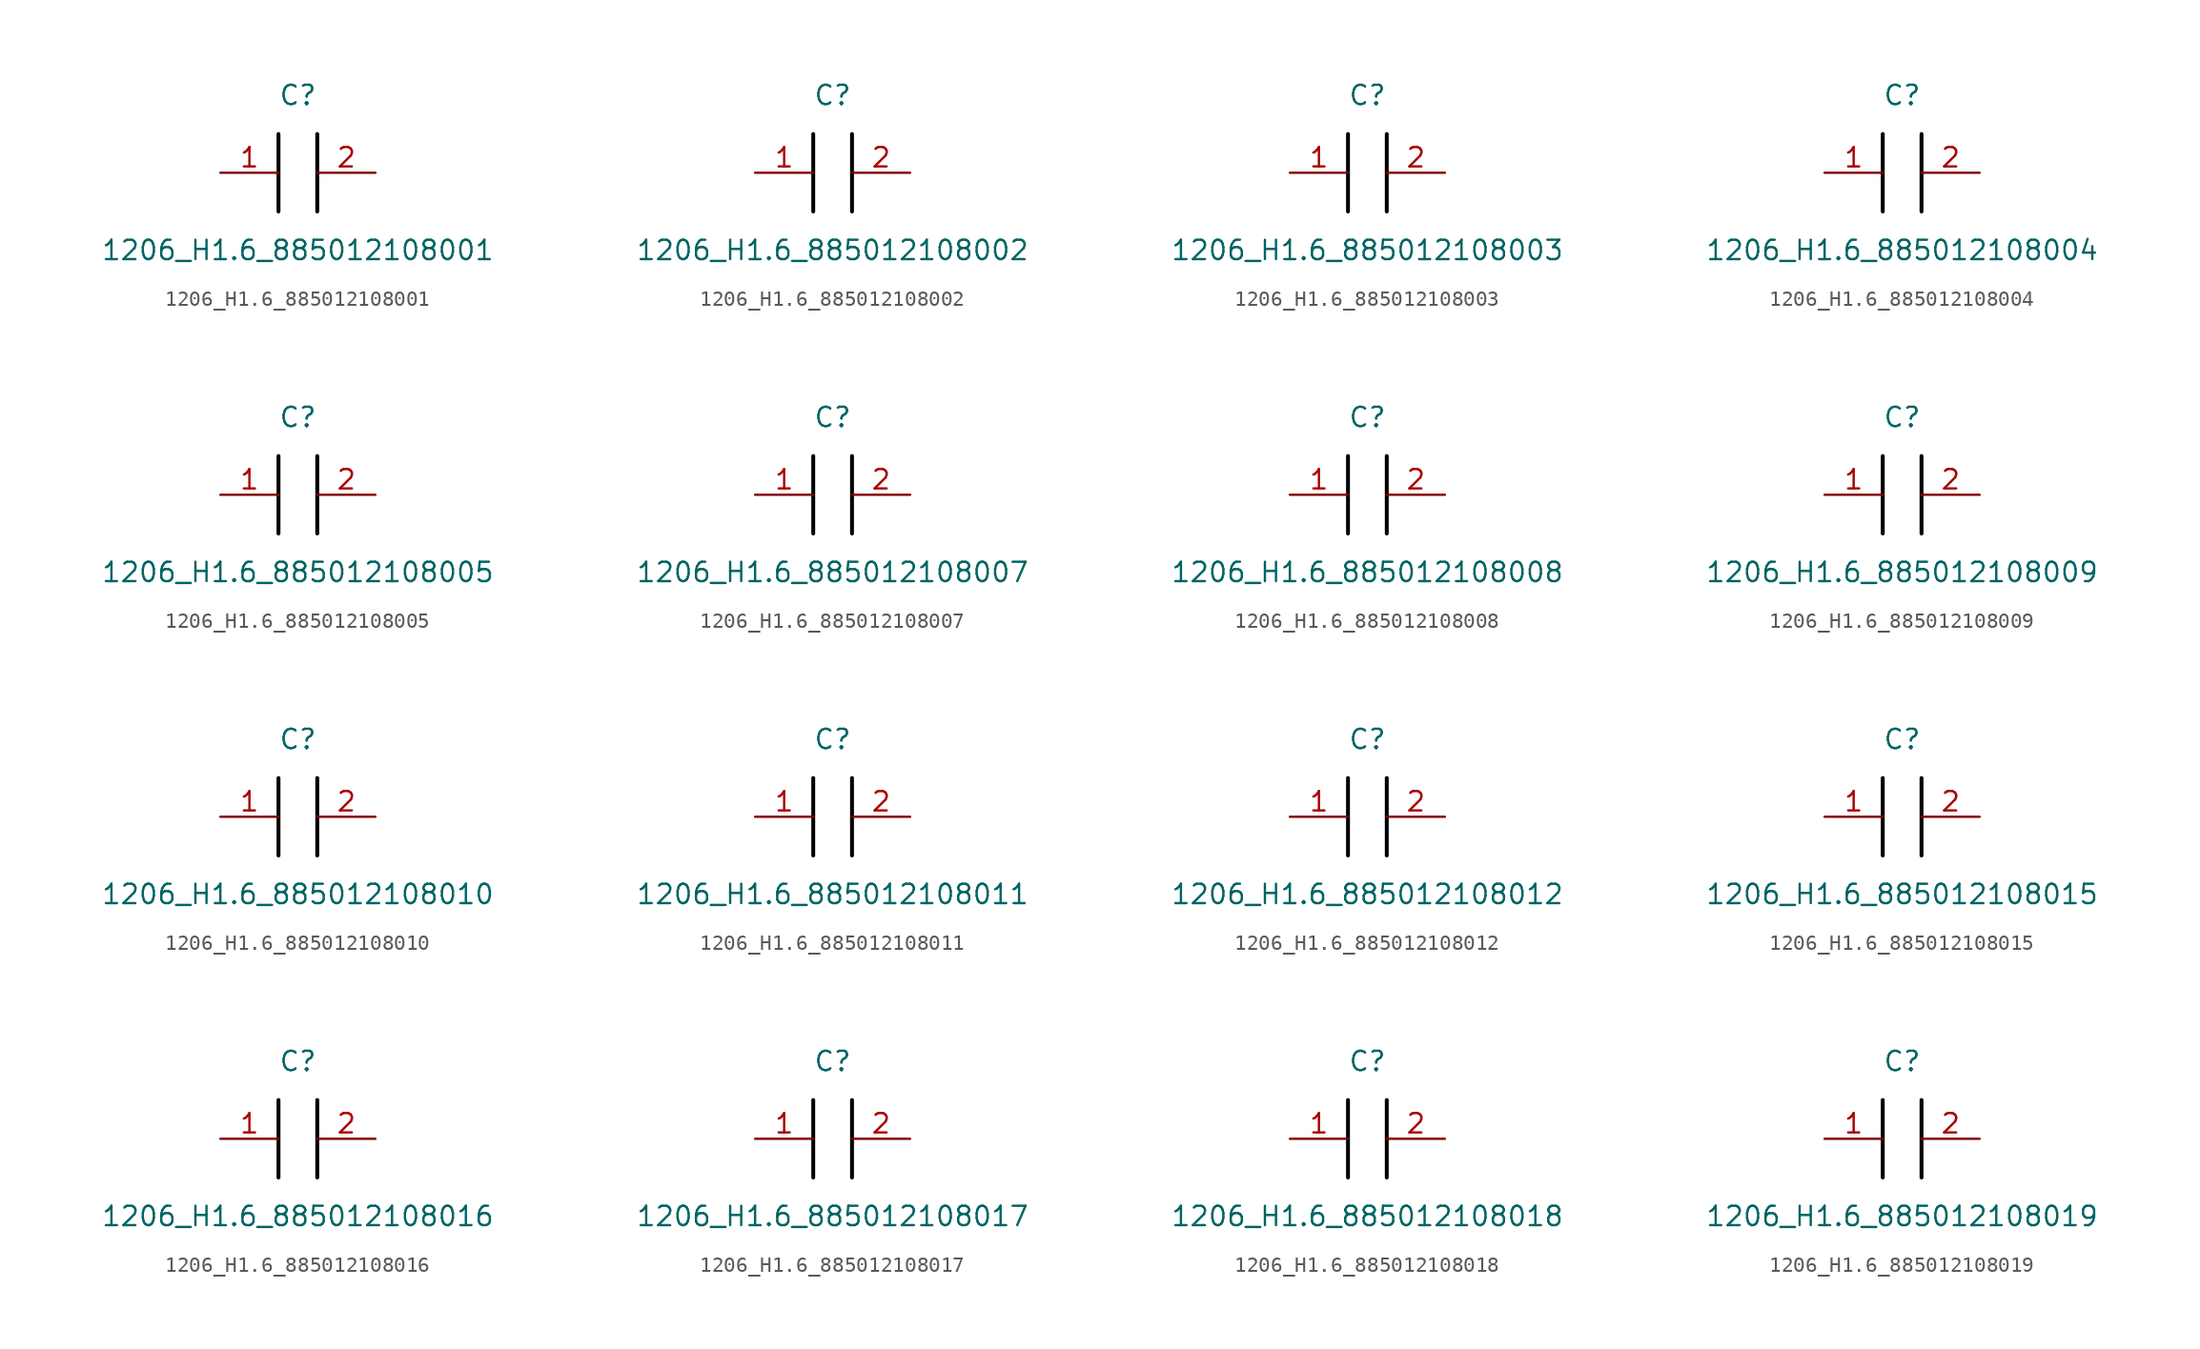
<source format=kicad_sym>
(kicad_symbol_lib
  (version 20220914)
  (generator kicad_symbol_editor)
  (symbol "1206_H1.6_885012108001"
    (pin_names hide)
    (property "Reference" "C"
      (at 0 5.08 0)
      (effects (font (size 1.27 1.27))))
    (property "Value" "1206_H1.6_885012108001"
      (at 0 -5.08 0)
      (effects (font (size 1.27 1.27))))
    (symbol "1206_H1.6_885012108001_1_1"
      (polyline (pts (xy -1.27 2.54) (xy -1.27 -2.54)) (stroke (width 0.254) (type default) (color 0 0 0 1)) (fill (type none)))
      (polyline (pts (xy 1.27 2.54) (xy 1.27 -2.54)) (stroke (width 0.254) (type default) (color 0 0 0 1)) (fill (type none)))
      (pin passive line (at -5.08 0 0) (length 3.81) (name "1" (effects (font (size 1.27 1.27)))) (number "1" (effects (font (size 1.27 1.27)))))
      (pin passive line (at 5.08 0 180) (length 3.81) (name "2" (effects (font (size 1.27 1.27)))) (number "2" (effects (font (size 1.27 1.27)))))))
  (symbol "1206_H1.6_885012108002"
    (pin_names hide)
    (property "Reference" "C"
      (at 0 5.08 0)
      (effects (font (size 1.27 1.27))))
    (property "Value" "1206_H1.6_885012108002"
      (at 0 -5.08 0)
      (effects (font (size 1.27 1.27))))
    (symbol "1206_H1.6_885012108002_1_1"
      (polyline (pts (xy -1.27 2.54) (xy -1.27 -2.54)) (stroke (width 0.254) (type default) (color 0 0 0 1)) (fill (type none)))
      (polyline (pts (xy 1.27 2.54) (xy 1.27 -2.54)) (stroke (width 0.254) (type default) (color 0 0 0 1)) (fill (type none)))
      (pin passive line (at -5.08 0 0) (length 3.81) (name "1" (effects (font (size 1.27 1.27)))) (number "1" (effects (font (size 1.27 1.27)))))
      (pin passive line (at 5.08 0 180) (length 3.81) (name "2" (effects (font (size 1.27 1.27)))) (number "2" (effects (font (size 1.27 1.27)))))))
  (symbol "1206_H1.6_885012108003"
    (pin_names hide)
    (property "Reference" "C"
      (at 0 5.08 0)
      (effects (font (size 1.27 1.27))))
    (property "Value" "1206_H1.6_885012108003"
      (at 0 -5.08 0)
      (effects (font (size 1.27 1.27))))
    (symbol "1206_H1.6_885012108003_1_1"
      (polyline (pts (xy -1.27 2.54) (xy -1.27 -2.54)) (stroke (width 0.254) (type default) (color 0 0 0 1)) (fill (type none)))
      (polyline (pts (xy 1.27 2.54) (xy 1.27 -2.54)) (stroke (width 0.254) (type default) (color 0 0 0 1)) (fill (type none)))
      (pin passive line (at -5.08 0 0) (length 3.81) (name "1" (effects (font (size 1.27 1.27)))) (number "1" (effects (font (size 1.27 1.27)))))
      (pin passive line (at 5.08 0 180) (length 3.81) (name "2" (effects (font (size 1.27 1.27)))) (number "2" (effects (font (size 1.27 1.27)))))))
  (symbol "1206_H1.6_885012108004"
    (pin_names hide)
    (property "Reference" "C"
      (at 0 5.08 0)
      (effects (font (size 1.27 1.27))))
    (property "Value" "1206_H1.6_885012108004"
      (at 0 -5.08 0)
      (effects (font (size 1.27 1.27))))
    (symbol "1206_H1.6_885012108004_1_1"
      (polyline (pts (xy -1.27 2.54) (xy -1.27 -2.54)) (stroke (width 0.254) (type default) (color 0 0 0 1)) (fill (type none)))
      (polyline (pts (xy 1.27 2.54) (xy 1.27 -2.54)) (stroke (width 0.254) (type default) (color 0 0 0 1)) (fill (type none)))
      (pin passive line (at -5.08 0 0) (length 3.81) (name "1" (effects (font (size 1.27 1.27)))) (number "1" (effects (font (size 1.27 1.27)))))
      (pin passive line (at 5.08 0 180) (length 3.81) (name "2" (effects (font (size 1.27 1.27)))) (number "2" (effects (font (size 1.27 1.27)))))))
  (symbol "1206_H1.6_885012108005"
    (pin_names hide)
    (property "Reference" "C"
      (at 0 5.08 0)
      (effects (font (size 1.27 1.27))))
    (property "Value" "1206_H1.6_885012108005"
      (at 0 -5.08 0)
      (effects (font (size 1.27 1.27))))
    (symbol "1206_H1.6_885012108005_1_1"
      (polyline (pts (xy -1.27 2.54) (xy -1.27 -2.54)) (stroke (width 0.254) (type default) (color 0 0 0 1)) (fill (type none)))
      (polyline (pts (xy 1.27 2.54) (xy 1.27 -2.54)) (stroke (width 0.254) (type default) (color 0 0 0 1)) (fill (type none)))
      (pin passive line (at -5.08 0 0) (length 3.81) (name "1" (effects (font (size 1.27 1.27)))) (number "1" (effects (font (size 1.27 1.27)))))
      (pin passive line (at 5.08 0 180) (length 3.81) (name "2" (effects (font (size 1.27 1.27)))) (number "2" (effects (font (size 1.27 1.27)))))))
  (symbol "1206_H1.6_885012108007"
    (pin_names hide)
    (property "Reference" "C"
      (at 0 5.08 0)
      (effects (font (size 1.27 1.27))))
    (property "Value" "1206_H1.6_885012108007"
      (at 0 -5.08 0)
      (effects (font (size 1.27 1.27))))
    (symbol "1206_H1.6_885012108007_1_1"
      (polyline (pts (xy -1.27 2.54) (xy -1.27 -2.54)) (stroke (width 0.254) (type default) (color 0 0 0 1)) (fill (type none)))
      (polyline (pts (xy 1.27 2.54) (xy 1.27 -2.54)) (stroke (width 0.254) (type default) (color 0 0 0 1)) (fill (type none)))
      (pin passive line (at -5.08 0 0) (length 3.81) (name "1" (effects (font (size 1.27 1.27)))) (number "1" (effects (font (size 1.27 1.27)))))
      (pin passive line (at 5.08 0 180) (length 3.81) (name "2" (effects (font (size 1.27 1.27)))) (number "2" (effects (font (size 1.27 1.27)))))))
  (symbol "1206_H1.6_885012108008"
    (pin_names hide)
    (property "Reference" "C"
      (at 0 5.08 0)
      (effects (font (size 1.27 1.27))))
    (property "Value" "1206_H1.6_885012108008"
      (at 0 -5.08 0)
      (effects (font (size 1.27 1.27))))
    (symbol "1206_H1.6_885012108008_1_1"
      (polyline (pts (xy -1.27 2.54) (xy -1.27 -2.54)) (stroke (width 0.254) (type default) (color 0 0 0 1)) (fill (type none)))
      (polyline (pts (xy 1.27 2.54) (xy 1.27 -2.54)) (stroke (width 0.254) (type default) (color 0 0 0 1)) (fill (type none)))
      (pin passive line (at -5.08 0 0) (length 3.81) (name "1" (effects (font (size 1.27 1.27)))) (number "1" (effects (font (size 1.27 1.27)))))
      (pin passive line (at 5.08 0 180) (length 3.81) (name "2" (effects (font (size 1.27 1.27)))) (number "2" (effects (font (size 1.27 1.27)))))))
  (symbol "1206_H1.6_885012108009"
    (pin_names hide)
    (property "Reference" "C"
      (at 0 5.08 0)
      (effects (font (size 1.27 1.27))))
    (property "Value" "1206_H1.6_885012108009"
      (at 0 -5.08 0)
      (effects (font (size 1.27 1.27))))
    (symbol "1206_H1.6_885012108009_1_1"
      (polyline (pts (xy -1.27 2.54) (xy -1.27 -2.54)) (stroke (width 0.254) (type default) (color 0 0 0 1)) (fill (type none)))
      (polyline (pts (xy 1.27 2.54) (xy 1.27 -2.54)) (stroke (width 0.254) (type default) (color 0 0 0 1)) (fill (type none)))
      (pin passive line (at -5.08 0 0) (length 3.81) (name "1" (effects (font (size 1.27 1.27)))) (number "1" (effects (font (size 1.27 1.27)))))
      (pin passive line (at 5.08 0 180) (length 3.81) (name "2" (effects (font (size 1.27 1.27)))) (number "2" (effects (font (size 1.27 1.27)))))))
  (symbol "1206_H1.6_885012108010"
    (pin_names hide)
    (property "Reference" "C"
      (at 0 5.08 0)
      (effects (font (size 1.27 1.27))))
    (property "Value" "1206_H1.6_885012108010"
      (at 0 -5.08 0)
      (effects (font (size 1.27 1.27))))
    (symbol "1206_H1.6_885012108010_1_1"
      (polyline (pts (xy -1.27 2.54) (xy -1.27 -2.54)) (stroke (width 0.254) (type default) (color 0 0 0 1)) (fill (type none)))
      (polyline (pts (xy 1.27 2.54) (xy 1.27 -2.54)) (stroke (width 0.254) (type default) (color 0 0 0 1)) (fill (type none)))
      (pin passive line (at -5.08 0 0) (length 3.81) (name "1" (effects (font (size 1.27 1.27)))) (number "1" (effects (font (size 1.27 1.27)))))
      (pin passive line (at 5.08 0 180) (length 3.81) (name "2" (effects (font (size 1.27 1.27)))) (number "2" (effects (font (size 1.27 1.27)))))))
  (symbol "1206_H1.6_885012108011"
    (pin_names hide)
    (property "Reference" "C"
      (at 0 5.08 0)
      (effects (font (size 1.27 1.27))))
    (property "Value" "1206_H1.6_885012108011"
      (at 0 -5.08 0)
      (effects (font (size 1.27 1.27))))
    (symbol "1206_H1.6_885012108011_1_1"
      (polyline (pts (xy -1.27 2.54) (xy -1.27 -2.54)) (stroke (width 0.254) (type default) (color 0 0 0 1)) (fill (type none)))
      (polyline (pts (xy 1.27 2.54) (xy 1.27 -2.54)) (stroke (width 0.254) (type default) (color 0 0 0 1)) (fill (type none)))
      (pin passive line (at -5.08 0 0) (length 3.81) (name "1" (effects (font (size 1.27 1.27)))) (number "1" (effects (font (size 1.27 1.27)))))
      (pin passive line (at 5.08 0 180) (length 3.81) (name "2" (effects (font (size 1.27 1.27)))) (number "2" (effects (font (size 1.27 1.27)))))))
  (symbol "1206_H1.6_885012108012"
    (pin_names hide)
    (property "Reference" "C"
      (at 0 5.08 0)
      (effects (font (size 1.27 1.27))))
    (property "Value" "1206_H1.6_885012108012"
      (at 0 -5.08 0)
      (effects (font (size 1.27 1.27))))
    (symbol "1206_H1.6_885012108012_1_1"
      (polyline (pts (xy -1.27 2.54) (xy -1.27 -2.54)) (stroke (width 0.254) (type default) (color 0 0 0 1)) (fill (type none)))
      (polyline (pts (xy 1.27 2.54) (xy 1.27 -2.54)) (stroke (width 0.254) (type default) (color 0 0 0 1)) (fill (type none)))
      (pin passive line (at -5.08 0 0) (length 3.81) (name "1" (effects (font (size 1.27 1.27)))) (number "1" (effects (font (size 1.27 1.27)))))
      (pin passive line (at 5.08 0 180) (length 3.81) (name "2" (effects (font (size 1.27 1.27)))) (number "2" (effects (font (size 1.27 1.27)))))))
  (symbol "1206_H1.6_885012108015"
    (pin_names hide)
    (property "Reference" "C"
      (at 0 5.08 0)
      (effects (font (size 1.27 1.27))))
    (property "Value" "1206_H1.6_885012108015"
      (at 0 -5.08 0)
      (effects (font (size 1.27 1.27))))
    (symbol "1206_H1.6_885012108015_1_1"
      (polyline (pts (xy -1.27 2.54) (xy -1.27 -2.54)) (stroke (width 0.254) (type default) (color 0 0 0 1)) (fill (type none)))
      (polyline (pts (xy 1.27 2.54) (xy 1.27 -2.54)) (stroke (width 0.254) (type default) (color 0 0 0 1)) (fill (type none)))
      (pin passive line (at -5.08 0 0) (length 3.81) (name "1" (effects (font (size 1.27 1.27)))) (number "1" (effects (font (size 1.27 1.27)))))
      (pin passive line (at 5.08 0 180) (length 3.81) (name "2" (effects (font (size 1.27 1.27)))) (number "2" (effects (font (size 1.27 1.27)))))))
  (symbol "1206_H1.6_885012108016"
    (pin_names hide)
    (property "Reference" "C"
      (at 0 5.08 0)
      (effects (font (size 1.27 1.27))))
    (property "Value" "1206_H1.6_885012108016"
      (at 0 -5.08 0)
      (effects (font (size 1.27 1.27))))
    (symbol "1206_H1.6_885012108016_1_1"
      (polyline (pts (xy -1.27 2.54) (xy -1.27 -2.54)) (stroke (width 0.254) (type default) (color 0 0 0 1)) (fill (type none)))
      (polyline (pts (xy 1.27 2.54) (xy 1.27 -2.54)) (stroke (width 0.254) (type default) (color 0 0 0 1)) (fill (type none)))
      (pin passive line (at -5.08 0 0) (length 3.81) (name "1" (effects (font (size 1.27 1.27)))) (number "1" (effects (font (size 1.27 1.27)))))
      (pin passive line (at 5.08 0 180) (length 3.81) (name "2" (effects (font (size 1.27 1.27)))) (number "2" (effects (font (size 1.27 1.27)))))))
  (symbol "1206_H1.6_885012108017"
    (pin_names hide)
    (property "Reference" "C"
      (at 0 5.08 0)
      (effects (font (size 1.27 1.27))))
    (property "Value" "1206_H1.6_885012108017"
      (at 0 -5.08 0)
      (effects (font (size 1.27 1.27))))
    (symbol "1206_H1.6_885012108017_1_1"
      (polyline (pts (xy -1.27 2.54) (xy -1.27 -2.54)) (stroke (width 0.254) (type default) (color 0 0 0 1)) (fill (type none)))
      (polyline (pts (xy 1.27 2.54) (xy 1.27 -2.54)) (stroke (width 0.254) (type default) (color 0 0 0 1)) (fill (type none)))
      (pin passive line (at -5.08 0 0) (length 3.81) (name "1" (effects (font (size 1.27 1.27)))) (number "1" (effects (font (size 1.27 1.27)))))
      (pin passive line (at 5.08 0 180) (length 3.81) (name "2" (effects (font (size 1.27 1.27)))) (number "2" (effects (font (size 1.27 1.27)))))))
  (symbol "1206_H1.6_885012108018"
    (pin_names hide)
    (property "Reference" "C"
      (at 0 5.08 0)
      (effects (font (size 1.27 1.27))))
    (property "Value" "1206_H1.6_885012108018"
      (at 0 -5.08 0)
      (effects (font (size 1.27 1.27))))
    (symbol "1206_H1.6_885012108018_1_1"
      (polyline (pts (xy -1.27 2.54) (xy -1.27 -2.54)) (stroke (width 0.254) (type default) (color 0 0 0 1)) (fill (type none)))
      (polyline (pts (xy 1.27 2.54) (xy 1.27 -2.54)) (stroke (width 0.254) (type default) (color 0 0 0 1)) (fill (type none)))
      (pin passive line (at -5.08 0 0) (length 3.81) (name "1" (effects (font (size 1.27 1.27)))) (number "1" (effects (font (size 1.27 1.27)))))
      (pin passive line (at 5.08 0 180) (length 3.81) (name "2" (effects (font (size 1.27 1.27)))) (number "2" (effects (font (size 1.27 1.27)))))))
  (symbol "1206_H1.6_885012108019"
    (pin_names hide)
    (property "Reference" "C"
      (at 0 5.08 0)
      (effects (font (size 1.27 1.27))))
    (property "Value" "1206_H1.6_885012108019"
      (at 0 -5.08 0)
      (effects (font (size 1.27 1.27))))
    (symbol "1206_H1.6_885012108019_1_1"
      (polyline (pts (xy -1.27 2.54) (xy -1.27 -2.54)) (stroke (width 0.254) (type default) (color 0 0 0 1)) (fill (type none)))
      (polyline (pts (xy 1.27 2.54) (xy 1.27 -2.54)) (stroke (width 0.254) (type default) (color 0 0 0 1)) (fill (type none)))
      (pin passive line (at -5.08 0 0) (length 3.81) (name "1" (effects (font (size 1.27 1.27)))) (number "1" (effects (font (size 1.27 1.27)))))
      (pin passive line (at 5.08 0 180) (length 3.81) (name "2" (effects (font (size 1.27 1.27)))) (number "2" (effects (font (size 1.27 1.27))))))))
</source>
